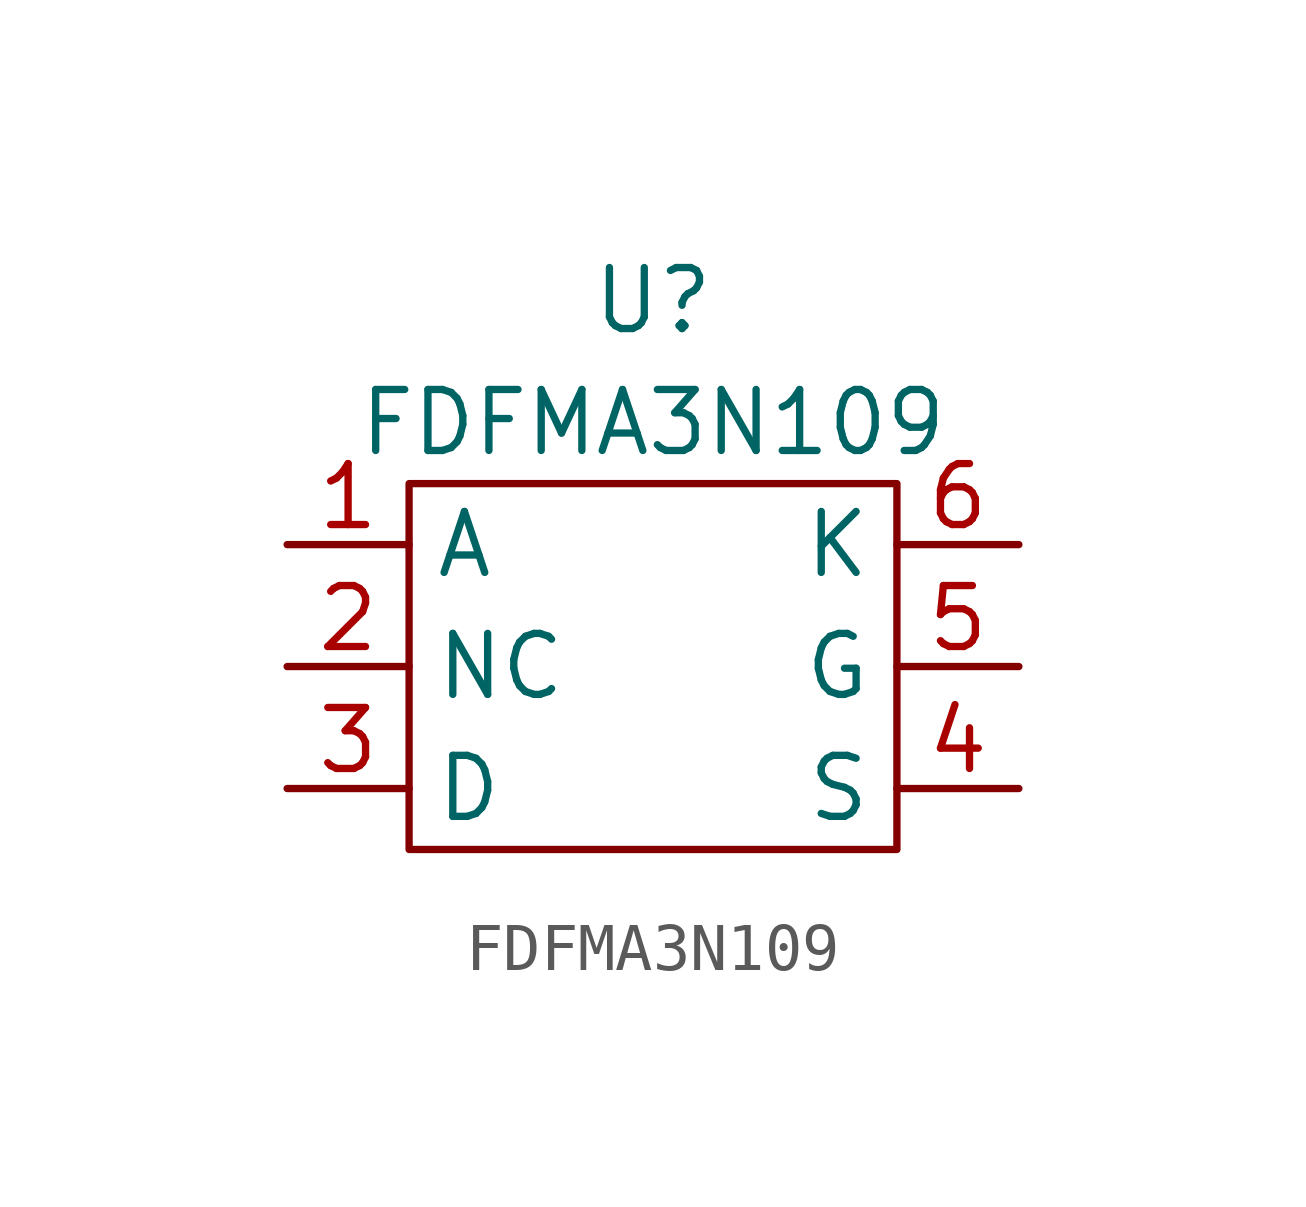
<source format=kicad_sym>
(kicad_symbol_lib
  (version 20211014)
  (generator kicad_symbol_editor)
  (symbol "FDFMA3N109"
    (property "Reference" "U"
      (at 0 10.16 0)
      (effects (font (size 1.27 1.27))))
    (property "Value" "FDFMA3N109"
      (at 0 7.62 0)
      (effects (font (size 1.27 1.27))))
    (symbol "FDFMA3N109_0_1"
      (rectangle (start -5.08 6.35) (end 5.08 -1.27) (stroke (width 0) (type default) (color 0 0 0 0)) (fill (type none))))
    (symbol "FDFMA3N109_1_1"
      (pin input line (at -7.62 5.08 0) (length 2.54) (name "A" (effects (font (size 1.27 1.27)))) (number "1" (effects (font (size 1.27 1.27)))))
      (pin input line (at -7.62 2.54 0) (length 2.54) (name "NC" (effects (font (size 1.27 1.27)))) (number "2" (effects (font (size 1.27 1.27)))))
      (pin input line (at -7.62 0 0) (length 2.54) (name "D" (effects (font (size 1.27 1.27)))) (number "3" (effects (font (size 1.27 1.27)))))
      (pin input line (at 7.62 0 180) (length 2.54) (name "S" (effects (font (size 1.27 1.27)))) (number "4" (effects (font (size 1.27 1.27)))))
      (pin input line (at 7.62 2.54 180) (length 2.54) (name "G" (effects (font (size 1.27 1.27)))) (number "5" (effects (font (size 1.27 1.27)))))
      (pin input line (at 7.62 5.08 180) (length 2.54) (name "K" (effects (font (size 1.27 1.27)))) (number "6" (effects (font (size 1.27 1.27))))))))
</source>
